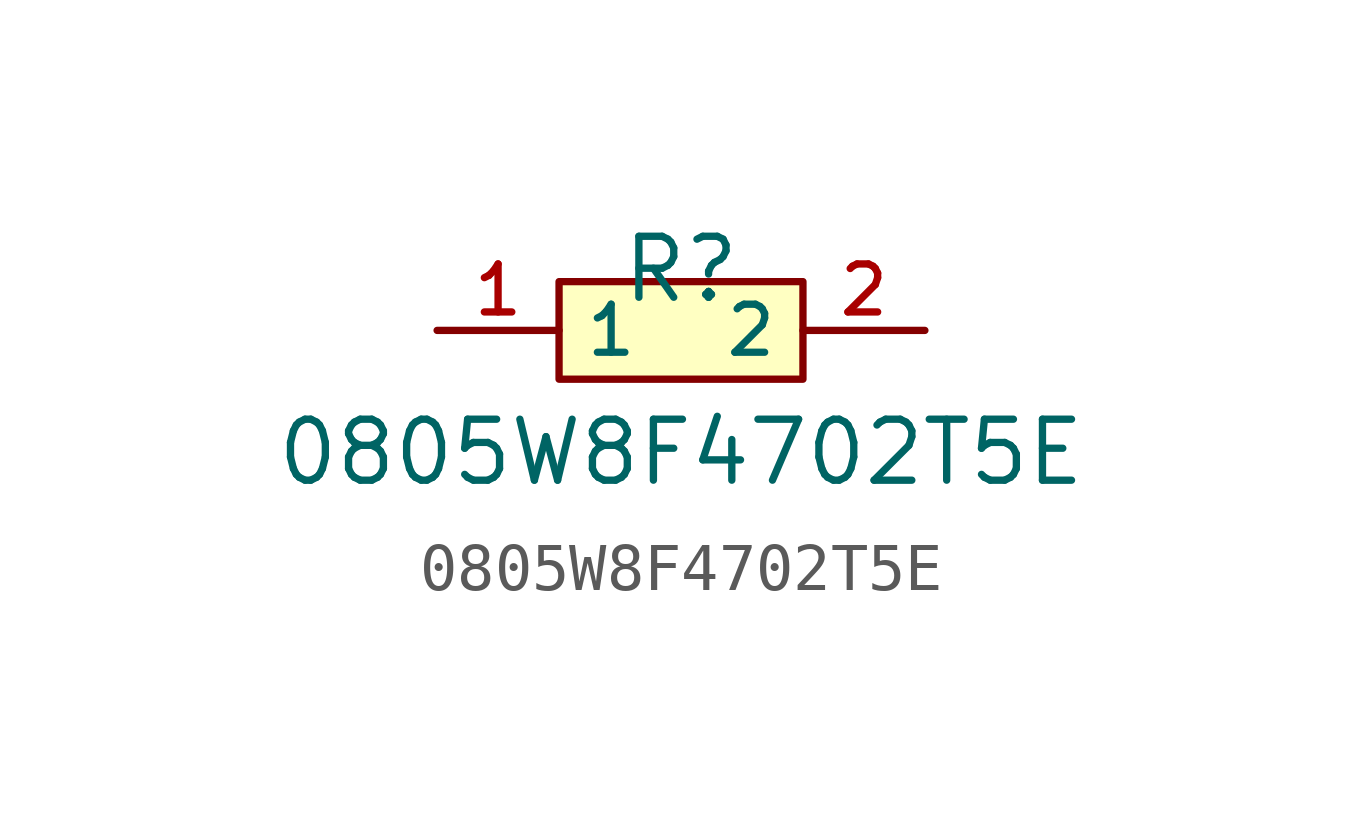
<source format=kicad_sym>
(kicad_symbol_lib
  (version 20210201)
  (generator TousstNicolas/JLC2KiCad_lib)
  (symbol "0805W8F4702T5E"
    (property "Reference" "R"
      (at 0 1.27 0)
      (effects (font (size 1.27 1.27))))
    (property "Value" "0805W8F4702T5E"
      (at 0 -2.54 0)
      (effects (font (size 1.27 1.27))))
    (symbol "0805W8F4702T5E_0_1"
      (pin input line (at 5.08 -0.0 180) (length 2.54) (name "2" (effects (font (size 1 1)))) (number "2" (effects (font (size 1 1)))))
      (pin input line (at -5.08 -0.0 0) (length 2.54) (name "1" (effects (font (size 1 1)))) (number "1" (effects (font (size 1 1)))))
      (rectangle (start -2.54 1.016) (end 2.54 -1.016) (stroke (width 0) (type default) (color 0 0 0 0)) (fill (type background))))))
</source>
